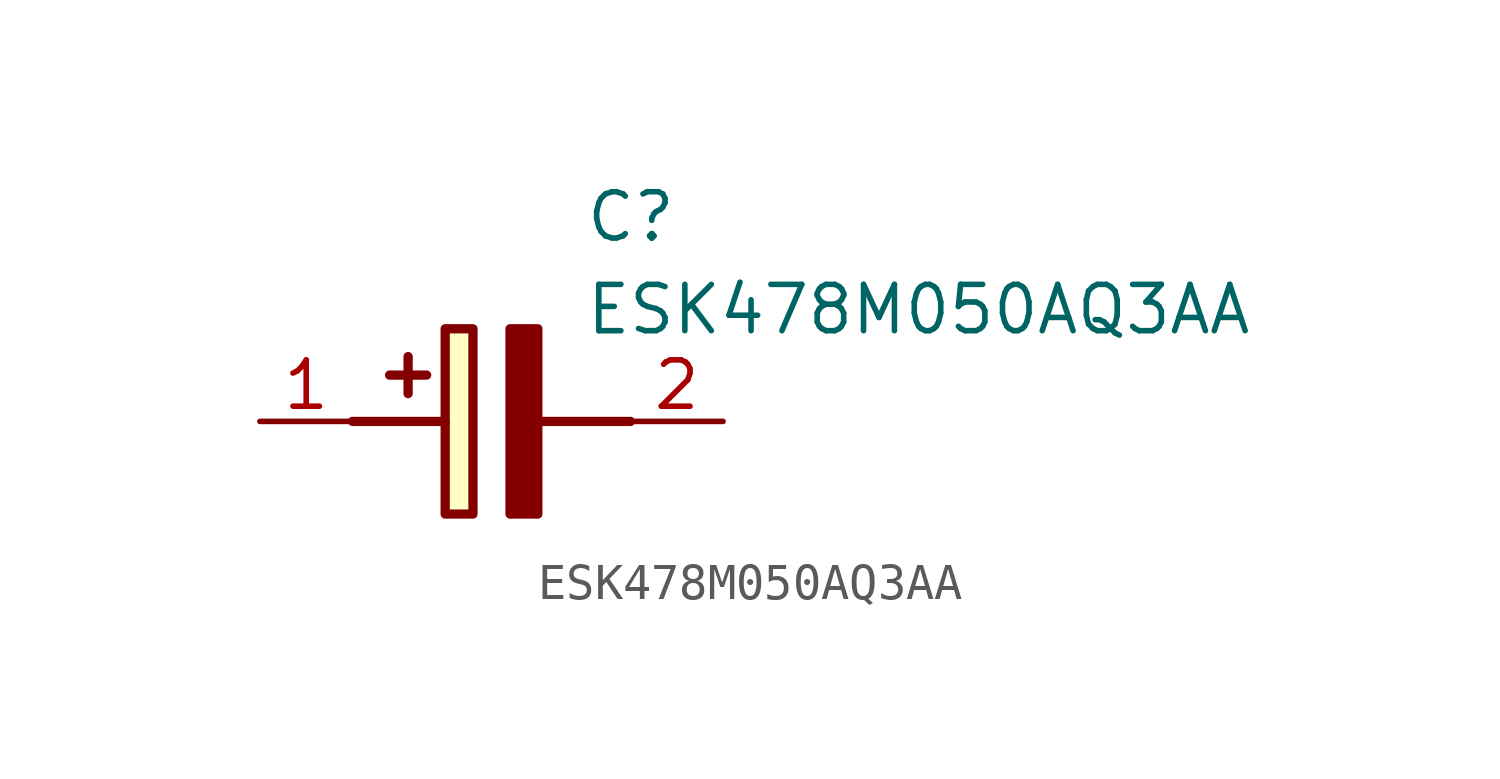
<source format=kicad_sym>
(kicad_symbol_lib
  (version 20211014)
  (generator SamacSys_ECAD_Model)
  (symbol "ESK478M050AQ3AA"
    (pin_names hide)
    (property "Reference" "C"
      (at 8.89 6.35 0)
      (effects (font (size 1.27 1.27)) (justify left top)))
    (property "Value" "ESK478M050AQ3AA"
      (at 8.89 3.81 0)
      (effects (font (size 1.27 1.27)) (justify left top)))
    (rectangle
      (start 5.08 2.54)
      (end 5.842 -2.54)
      (stroke (width 0.254) (type default))
      (fill (type background)))
    (polyline
      (pts (xy 4.572 1.27) (xy 3.556 1.27))
      (stroke (width 0.254) (type default))
      (fill (type none)))
    (polyline
      (pts (xy 4.064 1.778) (xy 4.064 0.762))
      (stroke (width 0.254) (type default))
      (fill (type none)))
    (polyline
      (pts (xy 2.54 0) (xy 5.08 0))
      (stroke (width 0.254) (type default))
      (fill (type none)))
    (polyline
      (pts (xy 7.62 0) (xy 10.16 0))
      (stroke (width 0.254) (type default))
      (fill (type none)))
    (polyline
      (pts (xy 7.62 2.54) (xy 7.62 -2.54) (xy 6.858 -2.54) (xy 6.858 2.54) (xy 7.62 2.54))
      (stroke (width 0.254) (type default))
      (fill (type outline)))
    (pin passive line
      (at 0 0 0)
      (length 2.54)
      (name "+" (effects (font (size 1.27 1.27))))
      (number "1" (effects (font (size 1.27 1.27)))))
    (pin passive line
      (at 12.7 0 180)
      (length 2.54)
      (name "-" (effects (font (size 1.27 1.27))))
      (number "2" (effects (font (size 1.27 1.27)))))))
</source>
